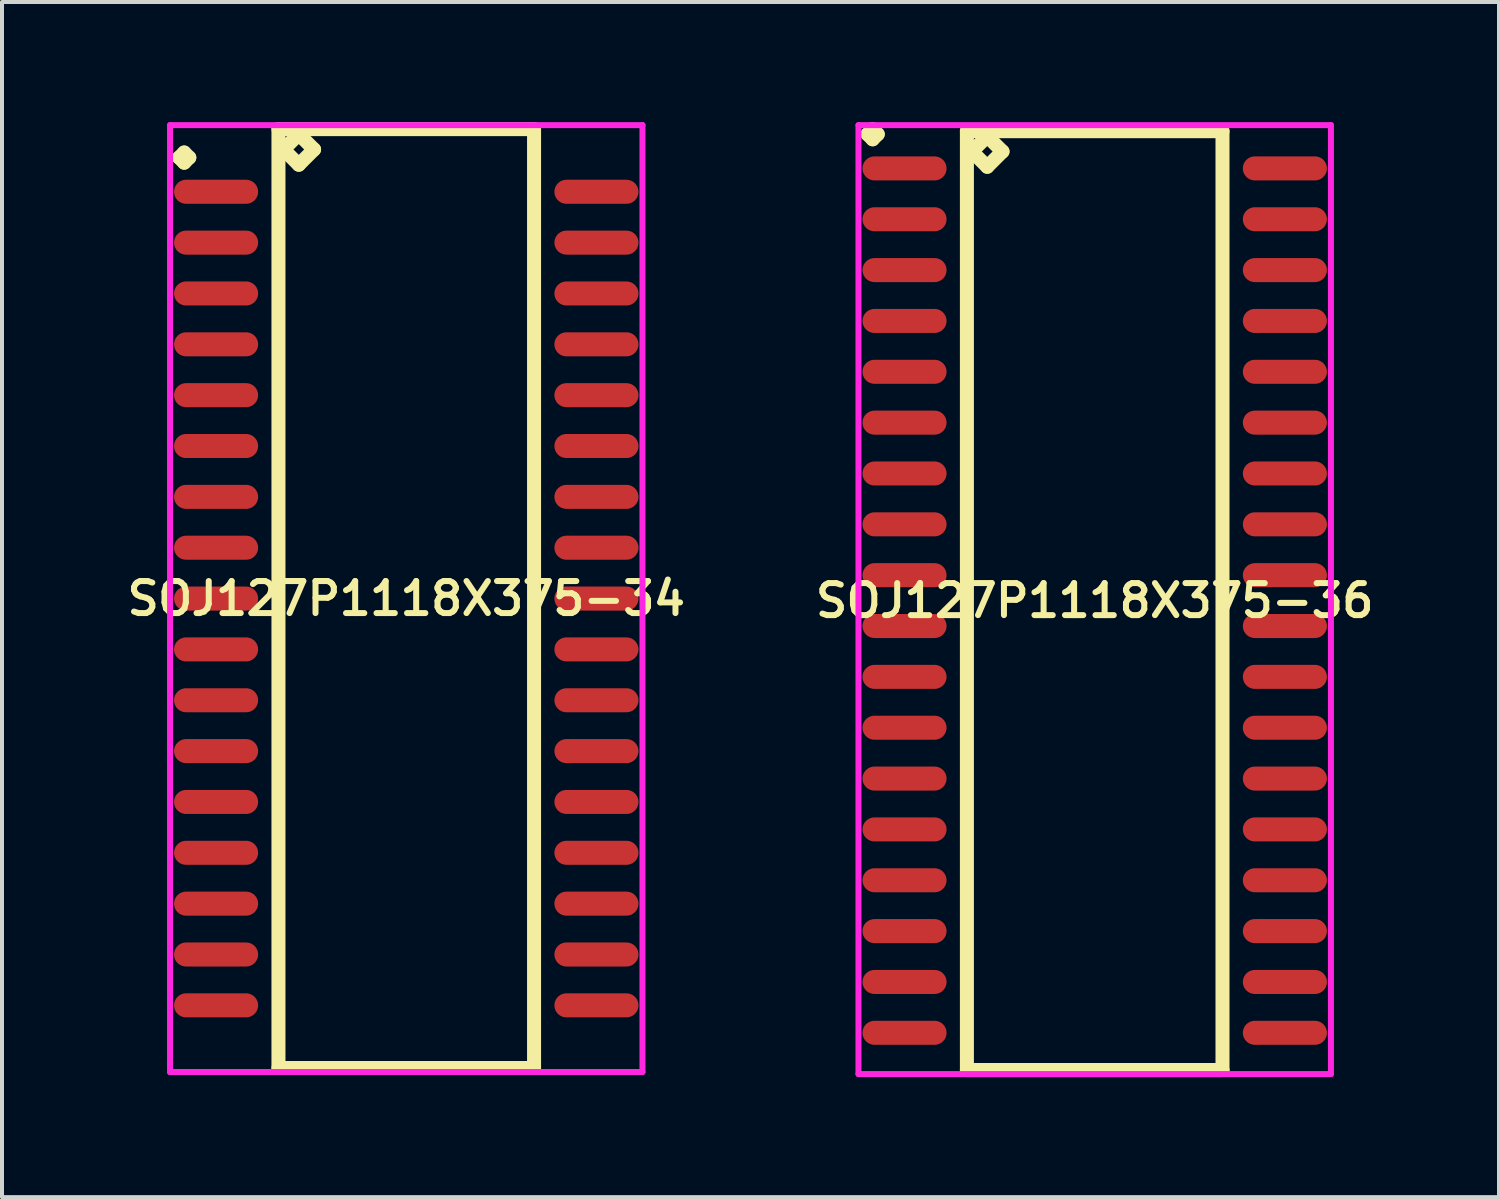
<source format=kicad_pcb>
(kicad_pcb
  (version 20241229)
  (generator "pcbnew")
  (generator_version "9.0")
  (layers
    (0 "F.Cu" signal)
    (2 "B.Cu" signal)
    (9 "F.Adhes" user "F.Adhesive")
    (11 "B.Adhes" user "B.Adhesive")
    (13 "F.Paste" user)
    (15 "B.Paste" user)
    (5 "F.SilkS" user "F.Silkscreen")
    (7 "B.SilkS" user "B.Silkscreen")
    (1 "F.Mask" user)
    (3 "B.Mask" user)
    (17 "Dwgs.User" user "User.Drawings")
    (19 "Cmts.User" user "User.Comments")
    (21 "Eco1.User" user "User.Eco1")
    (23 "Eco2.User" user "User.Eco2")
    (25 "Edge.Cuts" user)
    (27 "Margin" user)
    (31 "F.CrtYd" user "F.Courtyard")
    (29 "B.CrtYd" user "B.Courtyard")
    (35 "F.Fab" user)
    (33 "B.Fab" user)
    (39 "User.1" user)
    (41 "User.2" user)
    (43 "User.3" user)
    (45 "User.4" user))
  (footprint "SOJ127P1118X375-36"
    (layer "F.Cu")
    (at 24.292 11.951)
    (property "Reference" "SOJ127P1118X375-36" (at 0 0 0) (layer "F.SilkS") (effects (font (size 0.8 0.8) (thickness 0.15))))
    (attr smd)
    (fp_line (start -5.673 -11.649) (end -5.546 -11.776) (stroke (width 0.35) (type solid)) (layer "F.SilkS"))
    (fp_line (start -5.546 -11.776) (end -5.419 -11.649) (stroke (width 0.35) (type solid)) (layer "F.SilkS"))
    (fp_line (start -5.546 -11.522) (end -5.673 -11.649) (stroke (width 0.35) (type solid)) (layer "F.SilkS"))
    (fp_line (start -5.419 -11.649) (end -5.546 -11.522) (stroke (width 0.35) (type solid)) (layer "F.SilkS"))
    (fp_line (start -3.192 -11.725) (end -3.192 11.725) (stroke (width 0.35) (type solid)) (layer "F.SilkS"))
    (fp_line (start -3.192 11.725) (end 3.192 11.725) (stroke (width 0.35) (type solid)) (layer "F.SilkS"))
    (fp_line (start -3.065 -11.217) (end -2.684 -11.598) (stroke (width 0.35) (type solid)) (layer "F.SilkS"))
    (fp_line (start -2.684 -11.598) (end -2.303 -11.217) (stroke (width 0.35) (type solid)) (layer "F.SilkS"))
    (fp_line (start -2.684 -10.836) (end -3.065 -11.217) (stroke (width 0.35) (type solid)) (layer "F.SilkS"))
    (fp_line (start -2.303 -11.217) (end -2.684 -10.836) (stroke (width 0.35) (type solid)) (layer "F.SilkS"))
    (fp_line (start 3.192 -11.725) (end -3.192 -11.725) (stroke (width 0.35) (type solid)) (layer "F.SilkS"))
    (fp_line (start 3.192 11.725) (end 3.192 -11.725) (stroke (width 0.35) (type solid)) (layer "F.SilkS"))
    (fp_line (start -5.9 -11.876) (end 5.9 -11.876) (stroke (width 0.15) (type solid)) (layer "F.CrtYd"))
    (fp_line (start -5.9 11.825) (end -5.9 -11.876) (stroke (width 0.15) (type solid)) (layer "F.CrtYd"))
    (fp_line (start 5.9 -11.876) (end 5.9 11.825) (stroke (width 0.15) (type solid)) (layer "F.CrtYd"))
    (fp_line (start 5.9 11.825) (end -5.9 11.825) (stroke (width 0.15) (type solid)) (layer "F.CrtYd"))
    (pad "1" smd oval (at -4.75 -10.795) (size 2.1 0.6) (layers "F.Cu" "F.Mask" "F.Paste"))
    (pad "2" smd oval (at -4.75 -9.525) (size 2.1 0.6) (layers "F.Cu" "F.Mask" "F.Paste"))
    (pad "3" smd oval (at -4.75 -8.255) (size 2.1 0.6) (layers "F.Cu" "F.Mask" "F.Paste"))
    (pad "4" smd oval (at -4.75 -6.985) (size 2.1 0.6) (layers "F.Cu" "F.Mask" "F.Paste"))
    (pad "5" smd oval (at -4.75 -5.715) (size 2.1 0.6) (layers "F.Cu" "F.Mask" "F.Paste"))
    (pad "6" smd oval (at -4.75 -4.445) (size 2.1 0.6) (layers "F.Cu" "F.Mask" "F.Paste"))
    (pad "7" smd oval (at -4.75 -3.175) (size 2.1 0.6) (layers "F.Cu" "F.Mask" "F.Paste"))
    (pad "8" smd oval (at -4.75 -1.905) (size 2.1 0.6) (layers "F.Cu" "F.Mask" "F.Paste"))
    (pad "9" smd oval (at -4.75 -0.635) (size 2.1 0.6) (layers "F.Cu" "F.Mask" "F.Paste"))
    (pad "10" smd oval (at -4.75 0.635) (size 2.1 0.6) (layers "F.Cu" "F.Mask" "F.Paste"))
    (pad "11" smd oval (at -4.75 1.905) (size 2.1 0.6) (layers "F.Cu" "F.Mask" "F.Paste"))
    (pad "12" smd oval (at -4.75 3.175) (size 2.1 0.6) (layers "F.Cu" "F.Mask" "F.Paste"))
    (pad "13" smd oval (at -4.75 4.445) (size 2.1 0.6) (layers "F.Cu" "F.Mask" "F.Paste"))
    (pad "14" smd oval (at -4.75 5.715) (size 2.1 0.6) (layers "F.Cu" "F.Mask" "F.Paste"))
    (pad "15" smd oval (at -4.75 6.985) (size 2.1 0.6) (layers "F.Cu" "F.Mask" "F.Paste"))
    (pad "16" smd oval (at -4.75 8.255) (size 2.1 0.6) (layers "F.Cu" "F.Mask" "F.Paste"))
    (pad "17" smd oval (at -4.75 9.525) (size 2.1 0.6) (layers "F.Cu" "F.Mask" "F.Paste"))
    (pad "18" smd oval (at -4.75 10.795) (size 2.1 0.6) (layers "F.Cu" "F.Mask" "F.Paste"))
    (pad "19" smd oval (at 4.75 10.795) (size 2.1 0.6) (layers "F.Cu" "F.Mask" "F.Paste"))
    (pad "20" smd oval (at 4.75 9.525) (size 2.1 0.6) (layers "F.Cu" "F.Mask" "F.Paste"))
    (pad "21" smd oval (at 4.75 8.255) (size 2.1 0.6) (layers "F.Cu" "F.Mask" "F.Paste"))
    (pad "22" smd oval (at 4.75 6.985) (size 2.1 0.6) (layers "F.Cu" "F.Mask" "F.Paste"))
    (pad "23" smd oval (at 4.75 5.715) (size 2.1 0.6) (layers "F.Cu" "F.Mask" "F.Paste"))
    (pad "24" smd oval (at 4.75 4.445) (size 2.1 0.6) (layers "F.Cu" "F.Mask" "F.Paste"))
    (pad "25" smd oval (at 4.75 3.175) (size 2.1 0.6) (layers "F.Cu" "F.Mask" "F.Paste"))
    (pad "26" smd oval (at 4.75 1.905) (size 2.1 0.6) (layers "F.Cu" "F.Mask" "F.Paste"))
    (pad "27" smd oval (at 4.75 0.635) (size 2.1 0.6) (layers "F.Cu" "F.Mask" "F.Paste"))
    (pad "28" smd oval (at 4.75 -0.635) (size 2.1 0.6) (layers "F.Cu" "F.Mask" "F.Paste"))
    (pad "29" smd oval (at 4.75 -1.905) (size 2.1 0.6) (layers "F.Cu" "F.Mask" "F.Paste"))
    (pad "30" smd oval (at 4.75 -3.175) (size 2.1 0.6) (layers "F.Cu" "F.Mask" "F.Paste"))
    (pad "31" smd oval (at 4.75 -4.445) (size 2.1 0.6) (layers "F.Cu" "F.Mask" "F.Paste"))
    (pad "32" smd oval (at 4.75 -5.715) (size 2.1 0.6) (layers "F.Cu" "F.Mask" "F.Paste"))
    (pad "33" smd oval (at 4.75 -6.985) (size 2.1 0.6) (layers "F.Cu" "F.Mask" "F.Paste"))
    (pad "34" smd oval (at 4.75 -8.255) (size 2.1 0.6) (layers "F.Cu" "F.Mask" "F.Paste"))
    (pad "35" smd oval (at 4.75 -9.525) (size 2.1 0.6) (layers "F.Cu" "F.Mask" "F.Paste"))
    (pad "36" smd oval (at 4.75 -10.795) (size 2.1 0.6) (layers "F.Cu" "F.Mask" "F.Paste")))
  (footprint "SOJ127P1118X375-34"
    (layer "F.Cu")
    (at 7.097 11.9)
    (property "Reference" "SOJ127P1118X375-34" (at 0 0 0) (layer "F.SilkS") (effects (font (size 0.8 0.8) (thickness 0.15))))
    (attr smd)
    (fp_line (start -5.673 -11.014) (end -5.546 -11.141) (stroke (width 0.35) (type solid)) (layer "F.SilkS"))
    (fp_line (start -5.546 -11.141) (end -5.419 -11.014) (stroke (width 0.35) (type solid)) (layer "F.SilkS"))
    (fp_line (start -5.546 -10.887) (end -5.673 -11.014) (stroke (width 0.35) (type solid)) (layer "F.SilkS"))
    (fp_line (start -5.419 -11.014) (end -5.546 -10.887) (stroke (width 0.35) (type solid)) (layer "F.SilkS"))
    (fp_line (start -3.192 -11.725) (end -3.192 11.725) (stroke (width 0.35) (type solid)) (layer "F.SilkS"))
    (fp_line (start -3.192 11.725) (end 3.192 11.725) (stroke (width 0.35) (type solid)) (layer "F.SilkS"))
    (fp_line (start -3.065 -11.217) (end -2.684 -11.598) (stroke (width 0.35) (type solid)) (layer "F.SilkS"))
    (fp_line (start -2.684 -11.598) (end -2.303 -11.217) (stroke (width 0.35) (type solid)) (layer "F.SilkS"))
    (fp_line (start -2.684 -10.836) (end -3.065 -11.217) (stroke (width 0.35) (type solid)) (layer "F.SilkS"))
    (fp_line (start -2.303 -11.217) (end -2.684 -10.836) (stroke (width 0.35) (type solid)) (layer "F.SilkS"))
    (fp_line (start 3.192 -11.725) (end -3.192 -11.725) (stroke (width 0.35) (type solid)) (layer "F.SilkS"))
    (fp_line (start 3.192 11.725) (end 3.192 -11.725) (stroke (width 0.35) (type solid)) (layer "F.SilkS"))
    (fp_line (start -5.9 -11.825) (end 5.9 -11.825) (stroke (width 0.15) (type solid)) (layer "F.CrtYd"))
    (fp_line (start -5.9 11.825) (end -5.9 -11.825) (stroke (width 0.15) (type solid)) (layer "F.CrtYd"))
    (fp_line (start 5.9 -11.825) (end 5.9 11.825) (stroke (width 0.15) (type solid)) (layer "F.CrtYd"))
    (fp_line (start 5.9 11.825) (end -5.9 11.825) (stroke (width 0.15) (type solid)) (layer "F.CrtYd"))
    (pad "1" smd oval (at -4.75 -10.16) (size 2.1 0.6) (layers "F.Cu" "F.Mask" "F.Paste"))
    (pad "2" smd oval (at -4.75 -8.89) (size 2.1 0.6) (layers "F.Cu" "F.Mask" "F.Paste"))
    (pad "3" smd oval (at -4.75 -7.62) (size 2.1 0.6) (layers "F.Cu" "F.Mask" "F.Paste"))
    (pad "4" smd oval (at -4.75 -6.35) (size 2.1 0.6) (layers "F.Cu" "F.Mask" "F.Paste"))
    (pad "5" smd oval (at -4.75 -5.08) (size 2.1 0.6) (layers "F.Cu" "F.Mask" "F.Paste"))
    (pad "6" smd oval (at -4.75 -3.81) (size 2.1 0.6) (layers "F.Cu" "F.Mask" "F.Paste"))
    (pad "7" smd oval (at -4.75 -2.54) (size 2.1 0.6) (layers "F.Cu" "F.Mask" "F.Paste"))
    (pad "8" smd oval (at -4.75 -1.27) (size 2.1 0.6) (layers "F.Cu" "F.Mask" "F.Paste"))
    (pad "9" smd oval (at -4.75 0) (size 2.1 0.6) (layers "F.Cu" "F.Mask" "F.Paste"))
    (pad "10" smd oval (at -4.75 1.27) (size 2.1 0.6) (layers "F.Cu" "F.Mask" "F.Paste"))
    (pad "11" smd oval (at -4.75 2.54) (size 2.1 0.6) (layers "F.Cu" "F.Mask" "F.Paste"))
    (pad "12" smd oval (at -4.75 3.81) (size 2.1 0.6) (layers "F.Cu" "F.Mask" "F.Paste"))
    (pad "13" smd oval (at -4.75 5.08) (size 2.1 0.6) (layers "F.Cu" "F.Mask" "F.Paste"))
    (pad "14" smd oval (at -4.75 6.35) (size 2.1 0.6) (layers "F.Cu" "F.Mask" "F.Paste"))
    (pad "15" smd oval (at -4.75 7.62) (size 2.1 0.6) (layers "F.Cu" "F.Mask" "F.Paste"))
    (pad "16" smd oval (at -4.75 8.89) (size 2.1 0.6) (layers "F.Cu" "F.Mask" "F.Paste"))
    (pad "17" smd oval (at -4.75 10.16) (size 2.1 0.6) (layers "F.Cu" "F.Mask" "F.Paste"))
    (pad "18" smd oval (at 4.75 10.16) (size 2.1 0.6) (layers "F.Cu" "F.Mask" "F.Paste"))
    (pad "19" smd oval (at 4.75 8.89) (size 2.1 0.6) (layers "F.Cu" "F.Mask" "F.Paste"))
    (pad "20" smd oval (at 4.75 7.62) (size 2.1 0.6) (layers "F.Cu" "F.Mask" "F.Paste"))
    (pad "21" smd oval (at 4.75 6.35) (size 2.1 0.6) (layers "F.Cu" "F.Mask" "F.Paste"))
    (pad "22" smd oval (at 4.75 5.08) (size 2.1 0.6) (layers "F.Cu" "F.Mask" "F.Paste"))
    (pad "23" smd oval (at 4.75 3.81) (size 2.1 0.6) (layers "F.Cu" "F.Mask" "F.Paste"))
    (pad "24" smd oval (at 4.75 2.54) (size 2.1 0.6) (layers "F.Cu" "F.Mask" "F.Paste"))
    (pad "25" smd oval (at 4.75 1.27) (size 2.1 0.6) (layers "F.Cu" "F.Mask" "F.Paste"))
    (pad "26" smd oval (at 4.75 0) (size 2.1 0.6) (layers "F.Cu" "F.Mask" "F.Paste"))
    (pad "27" smd oval (at 4.75 -1.27) (size 2.1 0.6) (layers "F.Cu" "F.Mask" "F.Paste"))
    (pad "28" smd oval (at 4.75 -2.54) (size 2.1 0.6) (layers "F.Cu" "F.Mask" "F.Paste"))
    (pad "29" smd oval (at 4.75 -3.81) (size 2.1 0.6) (layers "F.Cu" "F.Mask" "F.Paste"))
    (pad "30" smd oval (at 4.75 -5.08) (size 2.1 0.6) (layers "F.Cu" "F.Mask" "F.Paste"))
    (pad "31" smd oval (at 4.75 -6.35) (size 2.1 0.6) (layers "F.Cu" "F.Mask" "F.Paste"))
    (pad "32" smd oval (at 4.75 -7.62) (size 2.1 0.6) (layers "F.Cu" "F.Mask" "F.Paste"))
    (pad "33" smd oval (at 4.75 -8.89) (size 2.1 0.6) (layers "F.Cu" "F.Mask" "F.Paste"))
    (pad "34" smd oval (at 4.75 -10.16) (size 2.1 0.6) (layers "F.Cu" "F.Mask" "F.Paste")))
  (gr_rect
    (start -3 -3)
    (end 34.39 26.851)
    (stroke (width 0.1) (type default))
    (fill no)
    (layer "Edge.Cuts")))
</source>
